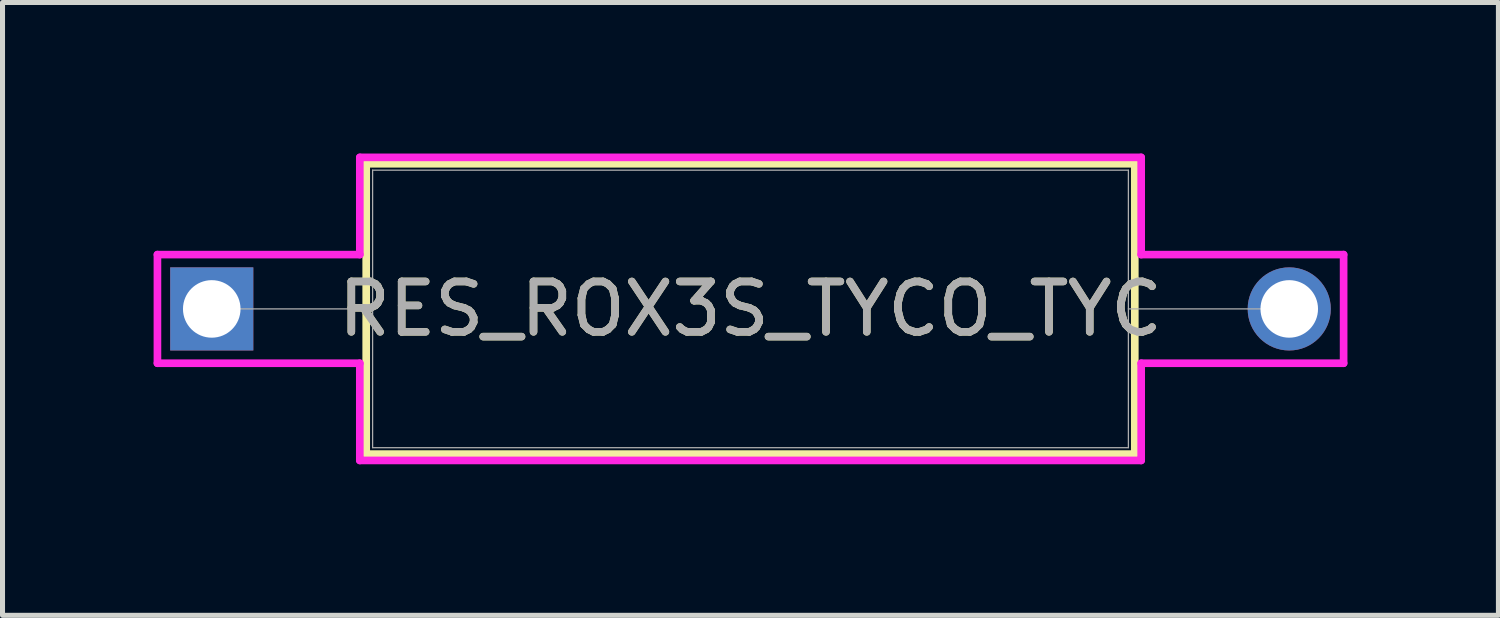
<source format=kicad_pcb>
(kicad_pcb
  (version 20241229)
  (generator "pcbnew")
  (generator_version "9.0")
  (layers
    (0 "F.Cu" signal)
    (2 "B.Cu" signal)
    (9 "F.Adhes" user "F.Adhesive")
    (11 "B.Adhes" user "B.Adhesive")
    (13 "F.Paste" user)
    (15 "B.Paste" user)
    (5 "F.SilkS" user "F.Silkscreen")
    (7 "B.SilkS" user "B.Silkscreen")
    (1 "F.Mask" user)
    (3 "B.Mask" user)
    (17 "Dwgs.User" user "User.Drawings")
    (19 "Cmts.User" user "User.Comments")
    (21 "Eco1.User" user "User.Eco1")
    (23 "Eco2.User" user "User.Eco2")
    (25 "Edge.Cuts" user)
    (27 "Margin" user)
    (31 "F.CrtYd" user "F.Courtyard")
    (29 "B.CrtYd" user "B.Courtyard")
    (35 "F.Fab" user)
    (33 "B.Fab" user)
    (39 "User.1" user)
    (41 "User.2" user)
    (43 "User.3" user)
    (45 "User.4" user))
  (footprint "RES_ROX3S_TYCO_TYC"
    (layer "F.Cu")
    (at 1.156 3.086)
    (property "Reference" "RES_ROX3S_TYCO_TYC" (at 10.701 0 0) (unlocked yes) (layer "F.SilkS") (effects (font (size 1 1) (thickness 0.15))))
    (attr through_hole)
    (fp_line (start 3.068 -2.883) (end 3.068 2.883) (stroke (width 0.152) (type solid)) (layer "F.SilkS"))
    (fp_line (start 3.068 2.883) (end 18.334 2.883) (stroke (width 0.152) (type solid)) (layer "F.SilkS"))
    (fp_line (start 18.334 -2.883) (end 3.068 -2.883) (stroke (width 0.152) (type solid)) (layer "F.SilkS"))
    (fp_line (start 18.334 2.883) (end 18.334 -2.883) (stroke (width 0.152) (type solid)) (layer "F.SilkS"))
    (fp_line (start -1.079 -1.079) (end 2.941 -1.079) (stroke (width 0.152) (type solid)) (layer "F.CrtYd"))
    (fp_line (start -1.079 1.079) (end -1.079 -1.079) (stroke (width 0.152) (type solid)) (layer "F.CrtYd"))
    (fp_line (start 2.941 -3.01) (end 18.461 -3.01) (stroke (width 0.152) (type solid)) (layer "F.CrtYd"))
    (fp_line (start 2.941 -1.079) (end 2.941 -3.01) (stroke (width 0.152) (type solid)) (layer "F.CrtYd"))
    (fp_line (start 2.941 1.079) (end -1.079 1.079) (stroke (width 0.152) (type solid)) (layer "F.CrtYd"))
    (fp_line (start 2.941 3.01) (end 2.941 1.079) (stroke (width 0.152) (type solid)) (layer "F.CrtYd"))
    (fp_line (start 18.461 -3.01) (end 18.461 -1.079) (stroke (width 0.152) (type solid)) (layer "F.CrtYd"))
    (fp_line (start 18.461 -1.079) (end 22.482 -1.079) (stroke (width 0.152) (type solid)) (layer "F.CrtYd"))
    (fp_line (start 18.461 1.079) (end 18.461 3.01) (stroke (width 0.152) (type solid)) (layer "F.CrtYd"))
    (fp_line (start 18.461 3.01) (end 2.941 3.01) (stroke (width 0.152) (type solid)) (layer "F.CrtYd"))
    (fp_line (start 22.482 -1.079) (end 22.482 1.079) (stroke (width 0.152) (type solid)) (layer "F.CrtYd"))
    (fp_line (start 22.482 1.079) (end 18.461 1.079) (stroke (width 0.152) (type solid)) (layer "F.CrtYd"))
    (fp_line (start 0 0) (end 3.195 0) (stroke (width 0.025) (type solid)) (layer "F.Fab"))
    (fp_line (start 3.195 -2.756) (end 3.195 2.756) (stroke (width 0.025) (type solid)) (layer "F.Fab"))
    (fp_line (start 3.195 2.756) (end 18.207 2.756) (stroke (width 0.025) (type solid)) (layer "F.Fab"))
    (fp_line (start 18.207 -2.756) (end 3.195 -2.756) (stroke (width 0.025) (type solid)) (layer "F.Fab"))
    (fp_line (start 18.207 2.756) (end 18.207 -2.756) (stroke (width 0.025) (type solid)) (layer "F.Fab"))
    (fp_line (start 21.402 0) (end 18.207 0) (stroke (width 0.025) (type solid)) (layer "F.Fab"))
    (fp_text user "${REFERENCE}" (at 10.701 0 0) (unlocked yes) (layer "F.Fab") (effects (font (size 1 1) (thickness 0.15))))
    (pad "1" thru_hole rect (at 0 0) (size 1.651 1.651) (drill 1.143) (layers "*.Cu" "*.Mask"))
    (pad "2" thru_hole circle (at 21.402 0) (size 1.651 1.651) (drill 1.143) (layers "*.Cu" "*.Mask")))
  (gr_rect
    (start -3 -3)
    (end 26.713 9.172)
    (stroke (width 0.1) (type default))
    (fill no)
    (layer "Edge.Cuts")))
</source>
